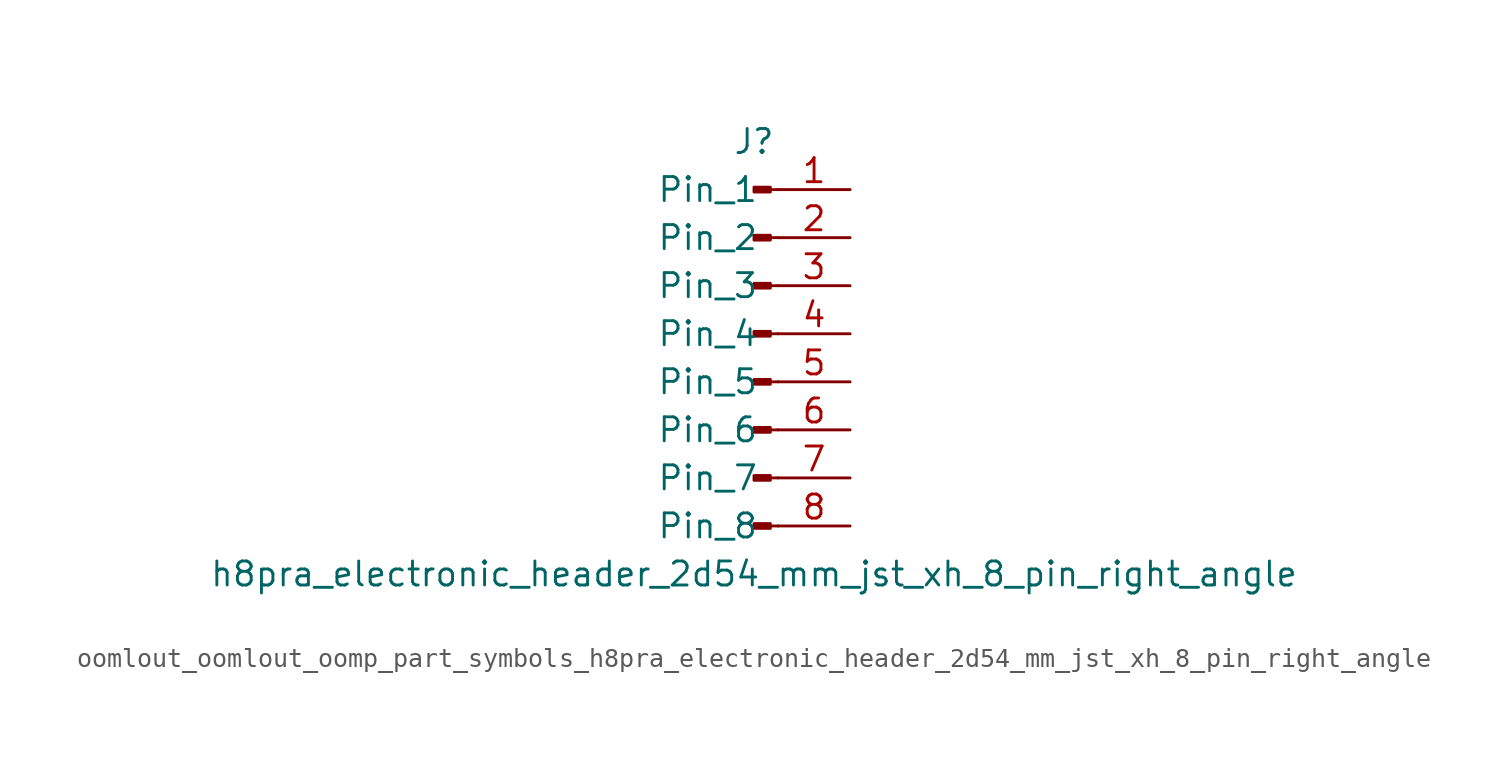
<source format=kicad_sym>
(kicad_symbol_lib
  (version 20220914)
  (generator kicad_symbol_editor)
  (symbol "oomlout_oomlout_oomp_part_symbols_h8pra_electronic_header_2d54_mm_jst_xh_8_pin_right_angle"
    (pin_names
      (offset 1.016))
    (property "Reference" "J"
      (at 0 10.16 0)
      (effects (font (size 1.27 1.27))))
    (property "Value" "h8pra_electronic_header_2d54_mm_jst_xh_8_pin_right_angle"
      (at 0 -12.7 0)
      (effects (font (size 1.27 1.27))))
    (property "ki_locked" ""
      (at 0 0 0)
      (effects (font (size 1.27 1.27))))
    (symbol "oomlout_oomlout_oomp_part_symbols_h8pra_electronic_header_2d54_mm_jst_xh_8_pin_right_angle_1_1"
      (polyline (pts (xy 1.27 -10.16) (xy 0.864 -10.16)) (stroke (width 0.152) (type default)) (fill (type none)))
      (polyline (pts (xy 1.27 -7.62) (xy 0.864 -7.62)) (stroke (width 0.152) (type default)) (fill (type none)))
      (polyline (pts (xy 1.27 -5.08) (xy 0.864 -5.08)) (stroke (width 0.152) (type default)) (fill (type none)))
      (polyline (pts (xy 1.27 -2.54) (xy 0.864 -2.54)) (stroke (width 0.152) (type default)) (fill (type none)))
      (polyline (pts (xy 1.27 0) (xy 0.864 0)) (stroke (width 0.152) (type default)) (fill (type none)))
      (polyline (pts (xy 1.27 2.54) (xy 0.864 2.54)) (stroke (width 0.152) (type default)) (fill (type none)))
      (polyline (pts (xy 1.27 5.08) (xy 0.864 5.08)) (stroke (width 0.152) (type default)) (fill (type none)))
      (polyline (pts (xy 1.27 7.62) (xy 0.864 7.62)) (stroke (width 0.152) (type default)) (fill (type none)))
      (rectangle (start 0.864 -10.033) (end 0 -10.287) (stroke (width 0.152) (type default)) (fill (type outline)))
      (rectangle (start 0.864 -7.493) (end 0 -7.747) (stroke (width 0.152) (type default)) (fill (type outline)))
      (rectangle (start 0.864 -4.953) (end 0 -5.207) (stroke (width 0.152) (type default)) (fill (type outline)))
      (rectangle (start 0.864 -2.413) (end 0 -2.667) (stroke (width 0.152) (type default)) (fill (type outline)))
      (rectangle (start 0.864 0.127) (end 0 -0.127) (stroke (width 0.152) (type default)) (fill (type outline)))
      (rectangle (start 0.864 2.667) (end 0 2.413) (stroke (width 0.152) (type default)) (fill (type outline)))
      (rectangle (start 0.864 5.207) (end 0 4.953) (stroke (width 0.152) (type default)) (fill (type outline)))
      (rectangle (start 0.864 7.747) (end 0 7.493) (stroke (width 0.152) (type default)) (fill (type outline)))
      (pin passive line (at 5.08 7.62 180) (length 3.81) (name "Pin_1" (effects (font (size 1.27 1.27)))) (number "1" (effects (font (size 1.27 1.27)))))
      (pin passive line (at 5.08 5.08 180) (length 3.81) (name "Pin_2" (effects (font (size 1.27 1.27)))) (number "2" (effects (font (size 1.27 1.27)))))
      (pin passive line (at 5.08 2.54 180) (length 3.81) (name "Pin_3" (effects (font (size 1.27 1.27)))) (number "3" (effects (font (size 1.27 1.27)))))
      (pin passive line (at 5.08 0 180) (length 3.81) (name "Pin_4" (effects (font (size 1.27 1.27)))) (number "4" (effects (font (size 1.27 1.27)))))
      (pin passive line (at 5.08 -2.54 180) (length 3.81) (name "Pin_5" (effects (font (size 1.27 1.27)))) (number "5" (effects (font (size 1.27 1.27)))))
      (pin passive line (at 5.08 -5.08 180) (length 3.81) (name "Pin_6" (effects (font (size 1.27 1.27)))) (number "6" (effects (font (size 1.27 1.27)))))
      (pin passive line (at 5.08 -7.62 180) (length 3.81) (name "Pin_7" (effects (font (size 1.27 1.27)))) (number "7" (effects (font (size 1.27 1.27)))))
      (pin passive line (at 5.08 -10.16 180) (length 3.81) (name "Pin_8" (effects (font (size 1.27 1.27)))) (number "8" (effects (font (size 1.27 1.27))))))))
</source>
